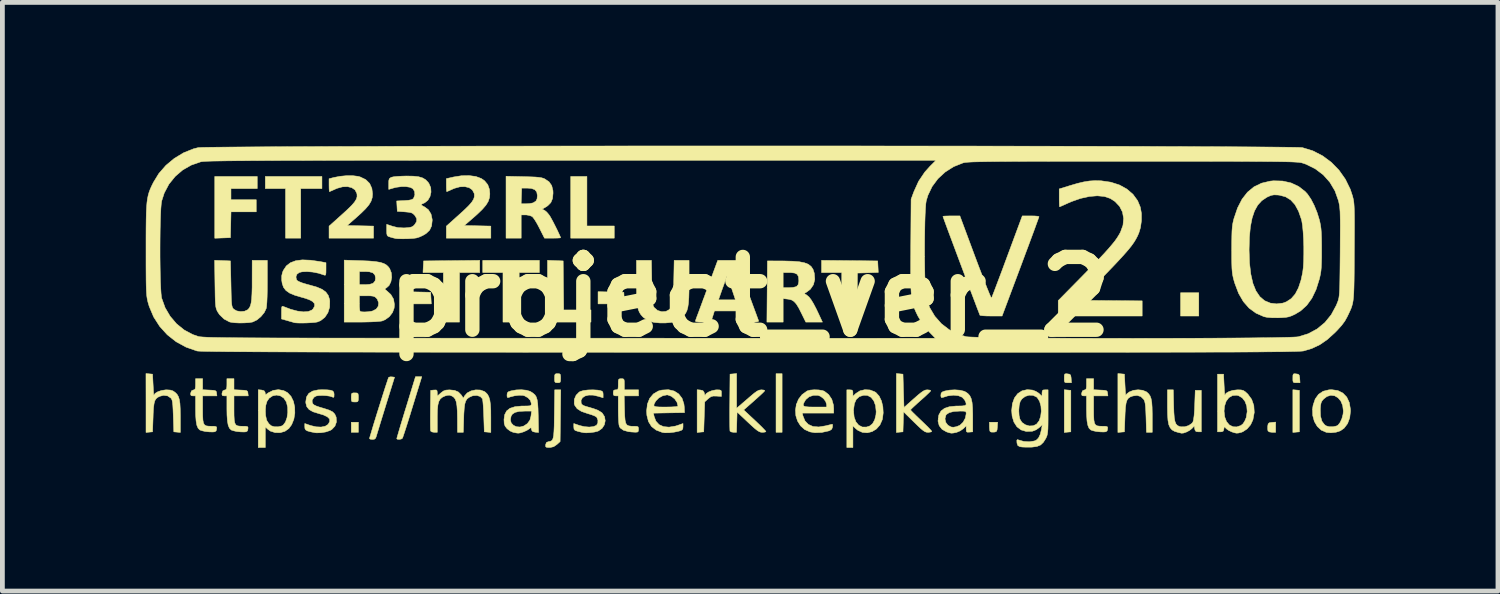
<source format=kicad_pcb>
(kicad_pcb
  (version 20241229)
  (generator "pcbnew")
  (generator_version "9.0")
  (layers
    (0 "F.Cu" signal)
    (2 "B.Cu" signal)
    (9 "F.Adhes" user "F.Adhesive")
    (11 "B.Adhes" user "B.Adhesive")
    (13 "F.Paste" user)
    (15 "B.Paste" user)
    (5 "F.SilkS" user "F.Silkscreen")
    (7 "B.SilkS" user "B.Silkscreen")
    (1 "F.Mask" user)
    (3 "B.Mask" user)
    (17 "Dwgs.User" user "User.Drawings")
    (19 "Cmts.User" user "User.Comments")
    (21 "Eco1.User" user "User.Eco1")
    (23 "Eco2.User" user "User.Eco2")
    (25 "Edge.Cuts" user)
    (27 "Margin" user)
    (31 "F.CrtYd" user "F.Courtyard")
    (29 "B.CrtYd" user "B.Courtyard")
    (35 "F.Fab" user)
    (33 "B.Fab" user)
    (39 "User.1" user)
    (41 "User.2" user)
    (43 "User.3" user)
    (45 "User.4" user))
  (footprint "project_ver_2"
    (layer "F.Cu")
    (at 12.642 3.162)
    (property "Reference" "project_ver_2" (at 0 0 0) (layer "F.SilkS") (effects (font (size 1.524 1.524) (thickness 0.3))))
    (attr through_hole)
    (fp_poly (pts (xy -8.191 2.836) (xy -8.34 2.836) (xy -8.34 2.625) (xy -8.191 2.625) (xy -8.191 2.836)) (stroke (width 0.01) (type solid)) (fill yes) (layer "F.SilkS"))
    (fp_poly (pts (xy 0.677 2.836) (xy 0.55 2.836) (xy 0.55 1.609) (xy 0.677 1.609) (xy 0.677 2.836)) (stroke (width 0.01) (type solid)) (fill yes) (layer "F.SilkS"))
    (fp_poly (pts (xy 9.398 0.402) (xy 9.017 0.402) (xy 9.017 -0.085) (xy 9.398 -0.085) (xy 9.398 0.402)) (stroke (width 0.01) (type solid)) (fill yes) (layer "F.SilkS"))
    (fp_poly (pts (xy -6.678 -0.095) (xy -6.672 0.026) (xy -6.665 0.148) (xy -7.218 0.148) (xy -7.218 -0.107) (xy -6.678 -0.095)) (stroke (width 0.01) (type solid)) (fill yes) (layer "F.SilkS"))
    (fp_poly (pts (xy -2.635 -0.095) (xy -2.629 0.026) (xy -2.623 0.148) (xy -3.175 0.148) (xy -3.175 -0.107) (xy -2.635 -0.095)) (stroke (width 0.01) (type solid)) (fill yes) (layer "F.SilkS"))
    (fp_poly (pts (xy -3.408 -1.482) (xy -2.836 -1.482) (xy -2.836 -1.228) (xy -3.747 -1.228) (xy -3.747 -2.519) (xy -3.408 -2.519) (xy -3.408 -1.482)) (stroke (width 0.01) (type solid)) (fill yes) (layer "F.SilkS"))
    (fp_poly (pts (xy 6.652 1.951) (xy 6.72 1.958) (xy 6.72 2.826) (xy 6.652 2.832) (xy 6.583 2.839) (xy 6.583 1.945) (xy 6.652 1.951)) (stroke (width 0.01) (type solid)) (fill yes) (layer "F.SilkS"))
    (fp_poly (pts (xy 11.435 1.951) (xy 11.504 1.958) (xy 11.504 2.826) (xy 11.435 2.832) (xy 11.367 2.839) (xy 11.367 1.945) (xy 11.435 1.951)) (stroke (width 0.01) (type solid)) (fill yes) (layer "F.SilkS"))
    (fp_poly (pts (xy -3.905 -0.751) (xy -3.9 -0.238) (xy -3.894 0.275) (xy -3.323 0.275) (xy -3.323 0.529) (xy -4.233 0.529) (xy -4.233 -0.764) (xy -3.905 -0.751)) (stroke (width 0.01) (type solid)) (fill yes) (layer "F.SilkS"))
    (fp_poly (pts (xy -8.954 -2.265) (xy -9.398 -2.265) (xy -9.398 -1.228) (xy -9.716 -1.228) (xy -9.716 -2.265) (xy -10.139 -2.265) (xy -10.139 -2.519) (xy -8.954 -2.519) (xy -8.954 -2.265)) (stroke (width 0.01) (type solid)) (fill yes) (layer "F.SilkS"))
    (fp_poly (pts (xy -4.403 -0.508) (xy -4.826 -0.508) (xy -4.826 0.529) (xy -5.165 0.529) (xy -5.165 -0.508) (xy -5.588 -0.508) (xy -5.588 -0.762) (xy -4.403 -0.762) (xy -4.403 -0.508)) (stroke (width 0.01) (type solid)) (fill yes) (layer "F.SilkS"))
    (fp_poly (pts (xy -5.652 -0.508) (xy -6.075 -0.508) (xy -6.075 0.529) (xy -6.413 0.529) (xy -6.413 -0.508) (xy -6.839 -0.508) (xy -6.833 -0.63) (xy -6.826 -0.751) (xy -6.239 -0.757) (xy -5.652 -0.763) (xy -5.652 -0.508)) (stroke (width 0.01) (type solid)) (fill yes) (layer "F.SilkS"))
    (fp_poly (pts (xy -10.308 -2.265) (xy -10.858 -2.265) (xy -10.858 -2.032) (xy -10.329 -2.032) (xy -10.329 -1.778) (xy -10.857 -1.778) (xy -10.869 -1.238) (xy -11.033 -1.232) (xy -11.197 -1.226) (xy -11.197 -2.519) (xy -10.308 -2.519) (xy -10.308 -2.265)) (stroke (width 0.01) (type solid)) (fill yes) (layer "F.SilkS"))
    (fp_poly (pts (xy 2.09 -0.757) (xy 2.678 -0.751) (xy 2.684 -0.63) (xy 2.69 -0.51) (xy 2.472 -0.503) (xy 2.254 -0.497) (xy 2.243 0.529) (xy 1.926 0.529) (xy 1.926 -0.508) (xy 1.503 -0.508) (xy 1.503 -0.763) (xy 2.09 -0.757)) (stroke (width 0.01) (type solid)) (fill yes) (layer "F.SilkS"))
    (fp_poly (pts (xy 5.182 2.725) (xy 5.176 2.786) (xy 5.163 2.817) (xy 5.135 2.829) (xy 5.111 2.832) (xy 5.061 2.832) (xy 5.032 2.823) (xy 5.022 2.794) (xy 5.017 2.74) (xy 5.016 2.716) (xy 5.016 2.625) (xy 5.188 2.625) (xy 5.182 2.725)) (stroke (width 0.01) (type solid)) (fill yes) (layer "F.SilkS"))
    (fp_poly (pts (xy 11.007 2.836) (xy 10.932 2.836) (xy 10.875 2.828) (xy 10.846 2.807) (xy 10.846 2.807) (xy 10.84 2.766) (xy 10.841 2.708) (xy 10.841 2.706) (xy 10.85 2.659) (xy 10.873 2.637) (xy 10.923 2.629) (xy 10.927 2.629) (xy 11.007 2.622) (xy 11.007 2.836)) (stroke (width 0.01) (type solid)) (fill yes) (layer "F.SilkS"))
    (fp_poly (pts (xy 6.652 1.613) (xy 6.695 1.62) (xy 6.716 1.64) (xy 6.725 1.686) (xy 6.727 1.709) (xy 6.733 1.799) (xy 6.658 1.799) (xy 6.612 1.797) (xy 6.59 1.784) (xy 6.583 1.748) (xy 6.583 1.703) (xy 6.584 1.644) (xy 6.594 1.616) (xy 6.62 1.61) (xy 6.652 1.613)) (stroke (width 0.01) (type solid)) (fill yes) (layer "F.SilkS"))
    (fp_poly (pts (xy 11.435 1.613) (xy 11.479 1.62) (xy 11.5 1.64) (xy 11.509 1.686) (xy 11.511 1.709) (xy 11.517 1.799) (xy 11.442 1.799) (xy 11.396 1.797) (xy 11.374 1.784) (xy 11.367 1.748) (xy 11.367 1.703) (xy 11.368 1.644) (xy 11.378 1.616) (xy 11.404 1.61) (xy 11.435 1.613)) (stroke (width 0.01) (type solid)) (fill yes) (layer "F.SilkS"))
    (fp_poly (pts (xy -8.22 2.013) (xy -8.199 2.027) (xy -8.192 2.064) (xy -8.191 2.106) (xy -8.193 2.165) (xy -8.204 2.192) (xy -8.233 2.201) (xy -8.266 2.201) (xy -8.311 2.199) (xy -8.333 2.186) (xy -8.339 2.148) (xy -8.34 2.106) (xy -8.338 2.048) (xy -8.327 2.02) (xy -8.299 2.011) (xy -8.266 2.011) (xy -8.22 2.013)) (stroke (width 0.01) (type solid)) (fill yes) (layer "F.SilkS"))
    (fp_poly (pts (xy -3.983 1.611) (xy -3.964 1.627) (xy -3.959 1.668) (xy -3.958 1.704) (xy -3.96 1.762) (xy -3.971 1.79) (xy -3.998 1.799) (xy -4.022 1.799) (xy -4.061 1.796) (xy -4.079 1.78) (xy -4.085 1.74) (xy -4.085 1.704) (xy -4.083 1.645) (xy -4.073 1.618) (xy -4.046 1.609) (xy -4.022 1.609) (xy -3.983 1.611)) (stroke (width 0.01) (type solid)) (fill yes) (layer "F.SilkS"))
    (fp_poly (pts (xy -7.059 2.304) (xy -7.107 2.461) (xy -7.152 2.605) (xy -7.192 2.731) (xy -7.226 2.835) (xy -7.251 2.91) (xy -7.266 2.953) (xy -7.269 2.96) (xy -7.295 2.977) (xy -7.337 2.984) (xy -7.374 2.981) (xy -7.388 2.969) (xy -7.382 2.945) (xy -7.365 2.886) (xy -7.339 2.797) (xy -7.305 2.682) (xy -7.264 2.547) (xy -7.218 2.395) (xy -7.192 2.312) (xy -6.996 1.672) (xy -6.864 1.672) (xy -7.059 2.304)) (stroke (width 0.01) (type solid)) (fill yes) (layer "F.SilkS"))
    (fp_poly (pts (xy -3.962 2.489) (xy -3.969 3.03) (xy -4.038 3.092) (xy -4.104 3.137) (xy -4.174 3.153) (xy -4.193 3.154) (xy -4.247 3.152) (xy -4.27 3.139) (xy -4.273 3.109) (xy -4.272 3.096) (xy -4.256 3.05) (xy -4.216 3.032) (xy -4.208 3.031) (xy -4.175 3.025) (xy -4.149 3.014) (xy -4.129 2.992) (xy -4.115 2.955) (xy -4.104 2.898) (xy -4.098 2.816) (xy -4.093 2.704) (xy -4.091 2.558) (xy -4.089 2.452) (xy -4.082 1.947) (xy -3.956 1.947) (xy -3.962 2.489)) (stroke (width 0.01) (type solid)) (fill yes) (layer "F.SilkS"))
    (fp_poly (pts (xy -1.032 1.951) (xy -0.981 1.963) (xy -0.957 1.995) (xy -0.95 2.021) (xy -0.94 2.058) (xy -0.934 2.062) (xy -0.934 2.06) (xy -0.911 2.025) (xy -0.859 1.991) (xy -0.79 1.964) (xy -0.716 1.949) (xy -0.691 1.947) (xy -0.631 1.949) (xy -0.602 1.959) (xy -0.593 1.985) (xy -0.593 2.016) (xy -0.593 2.085) (xy -0.696 2.078) (xy -0.765 2.077) (xy -0.814 2.091) (xy -0.863 2.127) (xy -0.871 2.134) (xy -0.942 2.198) (xy -0.953 2.512) (xy -0.963 2.826) (xy -1.032 2.832) (xy -1.101 2.839) (xy -1.101 1.945) (xy -1.032 1.951)) (stroke (width 0.01) (type solid)) (fill yes) (layer "F.SilkS"))
    (fp_poly (pts (xy -7.487 1.676) (xy -7.434 1.683) (xy -7.612 2.254) (xy -7.659 2.407) (xy -7.703 2.549) (xy -7.742 2.676) (xy -7.774 2.782) (xy -7.798 2.859) (xy -7.811 2.903) (xy -7.811 2.905) (xy -7.83 2.958) (xy -7.856 2.98) (xy -7.896 2.985) (xy -7.94 2.98) (xy -7.959 2.969) (xy -7.959 2.969) (xy -7.953 2.942) (xy -7.935 2.882) (xy -7.909 2.794) (xy -7.876 2.683) (xy -7.837 2.557) (xy -7.795 2.421) (xy -7.751 2.281) (xy -7.707 2.142) (xy -7.666 2.012) (xy -7.629 1.896) (xy -7.597 1.8) (xy -7.574 1.73) (xy -7.56 1.691) (xy -7.557 1.686) (xy -7.525 1.675) (xy -7.487 1.676)) (stroke (width 0.01) (type solid)) (fill yes) (layer "F.SilkS"))
    (fp_poly (pts (xy -5.732 -2.518) (xy -5.617 -2.475) (xy -5.55 -2.428) (xy -5.483 -2.346) (xy -5.448 -2.248) (xy -5.44 -2.153) (xy -5.448 -2.074) (xy -5.473 -1.998) (xy -5.521 -1.919) (xy -5.595 -1.833) (xy -5.698 -1.733) (xy -5.772 -1.667) (xy -5.974 -1.492) (xy -5.419 -1.48) (xy -5.419 -1.228) (xy -6.35 -1.228) (xy -6.35 -1.479) (xy -6.077 -1.724) (xy -5.961 -1.83) (xy -5.875 -1.915) (xy -5.816 -1.984) (xy -5.78 -2.042) (xy -5.764 -2.093) (xy -5.764 -2.144) (xy -5.769 -2.168) (xy -5.807 -2.238) (xy -5.873 -2.284) (xy -5.963 -2.306) (xy -6.068 -2.302) (xy -6.183 -2.27) (xy -6.22 -2.254) (xy -6.282 -2.226) (xy -6.326 -2.207) (xy -6.342 -2.201) (xy -6.346 -2.221) (xy -6.349 -2.271) (xy -6.35 -2.337) (xy -6.35 -2.473) (xy -6.203 -2.507) (xy -6.032 -2.534) (xy -5.873 -2.537) (xy -5.732 -2.518)) (stroke (width 0.01) (type solid)) (fill yes) (layer "F.SilkS"))
    (fp_poly (pts (xy 8.872 2.271) (xy 8.877 2.417) (xy 8.885 2.527) (xy 8.899 2.606) (xy 8.92 2.659) (xy 8.95 2.693) (xy 8.991 2.713) (xy 9.024 2.721) (xy 9.106 2.72) (xy 9.187 2.694) (xy 9.253 2.649) (xy 9.275 2.621) (xy 9.288 2.574) (xy 9.3 2.488) (xy 9.309 2.364) (xy 9.313 2.265) (xy 9.324 1.958) (xy 9.451 1.958) (xy 9.451 2.826) (xy 9.388 2.826) (xy 9.34 2.819) (xy 9.319 2.789) (xy 9.314 2.766) (xy 9.303 2.706) (xy 9.251 2.76) (xy 9.205 2.796) (xy 9.143 2.829) (xy 9.081 2.851) (xy 9.038 2.855) (xy 9.012 2.849) (xy 8.964 2.838) (xy 8.964 2.838) (xy 8.892 2.816) (xy 8.838 2.785) (xy 8.798 2.739) (xy 8.77 2.675) (xy 8.753 2.585) (xy 8.745 2.464) (xy 8.742 2.307) (xy 8.742 2.285) (xy 8.742 1.947) (xy 8.865 1.947) (xy 8.872 2.271)) (stroke (width 0.01) (type solid)) (fill yes) (layer "F.SilkS"))
    (fp_poly (pts (xy -8.308 -2.535) (xy -8.197 -2.521) (xy -8.156 -2.51) (xy -8.039 -2.454) (xy -7.956 -2.373) (xy -7.909 -2.269) (xy -7.895 -2.154) (xy -7.902 -2.075) (xy -7.926 -2.001) (xy -7.971 -1.925) (xy -8.041 -1.842) (xy -8.14 -1.745) (xy -8.221 -1.672) (xy -8.426 -1.492) (xy -8.15 -1.486) (xy -7.874 -1.48) (xy -7.874 -1.228) (xy -8.805 -1.228) (xy -8.805 -1.479) (xy -8.532 -1.724) (xy -8.416 -1.83) (xy -8.33 -1.915) (xy -8.271 -1.984) (xy -8.235 -2.042) (xy -8.219 -2.093) (xy -8.22 -2.144) (xy -8.225 -2.168) (xy -8.262 -2.238) (xy -8.329 -2.284) (xy -8.418 -2.306) (xy -8.524 -2.302) (xy -8.639 -2.27) (xy -8.675 -2.254) (xy -8.737 -2.226) (xy -8.782 -2.207) (xy -8.797 -2.201) (xy -8.801 -2.221) (xy -8.804 -2.271) (xy -8.805 -2.336) (xy -8.805 -2.471) (xy -8.705 -2.497) (xy -8.576 -2.522) (xy -8.439 -2.535) (xy -8.308 -2.535)) (stroke (width 0.01) (type solid)) (fill yes) (layer "F.SilkS"))
    (fp_poly (pts (xy 7.842 1.619) (xy 7.854 1.852) (xy 7.859 1.943) (xy 7.864 2.012) (xy 7.868 2.053) (xy 7.87 2.06) (xy 7.889 2.034) (xy 7.932 2) (xy 7.945 1.991) (xy 8.03 1.957) (xy 8.128 1.946) (xy 8.223 1.956) (xy 8.3 1.988) (xy 8.308 1.993) (xy 8.349 2.031) (xy 8.379 2.075) (xy 8.4 2.132) (xy 8.414 2.209) (xy 8.421 2.312) (xy 8.424 2.448) (xy 8.424 2.508) (xy 8.424 2.836) (xy 8.303 2.836) (xy 8.294 2.522) (xy 8.289 2.392) (xy 8.283 2.297) (xy 8.275 2.23) (xy 8.264 2.184) (xy 8.249 2.152) (xy 8.248 2.15) (xy 8.186 2.088) (xy 8.107 2.064) (xy 8.02 2.075) (xy 7.966 2.094) (xy 7.925 2.121) (xy 7.897 2.162) (xy 7.877 2.223) (xy 7.864 2.312) (xy 7.856 2.433) (xy 7.853 2.518) (xy 7.842 2.826) (xy 7.773 2.832) (xy 7.705 2.839) (xy 7.705 1.606) (xy 7.842 1.619)) (stroke (width 0.01) (type solid)) (fill yes) (layer "F.SilkS"))
    (fp_poly (pts (xy -0.053 -0.143) (xy 0.004 0.011) (xy 0.056 0.152) (xy 0.102 0.277) (xy 0.14 0.379) (xy 0.167 0.453) (xy 0.183 0.496) (xy 0.185 0.503) (xy 0.179 0.517) (xy 0.144 0.525) (xy 0.074 0.529) (xy 0.027 0.529) (xy -0.14 0.529) (xy -0.214 0.296) (xy -0.739 0.296) (xy -0.812 0.529) (xy -0.98 0.529) (xy -1.067 0.527) (xy -1.118 0.521) (xy -1.138 0.51) (xy -1.137 0.503) (xy -1.128 0.477) (xy -1.106 0.416) (xy -1.072 0.326) (xy -1.03 0.212) (xy -0.98 0.077) (xy -0.975 0.064) (xy -0.655 0.064) (xy -0.299 0.064) (xy -0.386 -0.196) (xy -0.419 -0.289) (xy -0.448 -0.363) (xy -0.47 -0.41) (xy -0.482 -0.425) (xy -0.483 -0.423) (xy -0.494 -0.391) (xy -0.516 -0.329) (xy -0.545 -0.246) (xy -0.575 -0.164) (xy -0.655 0.064) (xy -0.975 0.064) (xy -0.925 -0.071) (xy -0.899 -0.143) (xy -0.67 -0.762) (xy -0.281 -0.762) (xy -0.053 -0.143)) (stroke (width 0.01) (type solid)) (fill yes) (layer "F.SilkS"))
    (fp_poly (pts (xy -12.499 1.619) (xy -12.487 1.852) (xy -12.482 1.943) (xy -12.478 2.012) (xy -12.474 2.053) (xy -12.471 2.06) (xy -12.446 2.022) (xy -12.389 1.987) (xy -12.312 1.961) (xy -12.227 1.948) (xy -12.207 1.947) (xy -12.128 1.952) (xy -12.073 1.969) (xy -12.025 2.002) (xy -11.987 2.04) (xy -11.959 2.087) (xy -11.939 2.149) (xy -11.926 2.232) (xy -11.92 2.343) (xy -11.917 2.488) (xy -11.917 2.525) (xy -11.917 2.839) (xy -11.986 2.832) (xy -12.054 2.826) (xy -12.065 2.495) (xy -12.07 2.365) (xy -12.075 2.272) (xy -12.082 2.207) (xy -12.091 2.163) (xy -12.104 2.135) (xy -12.115 2.12) (xy -12.184 2.073) (xy -12.269 2.062) (xy -12.347 2.082) (xy -12.393 2.105) (xy -12.427 2.135) (xy -12.452 2.177) (xy -12.468 2.239) (xy -12.479 2.327) (xy -12.486 2.447) (xy -12.488 2.519) (xy -12.499 2.826) (xy -12.568 2.832) (xy -12.636 2.839) (xy -12.636 2.223) (xy -12.637 1.606) (xy -12.499 1.619)) (stroke (width 0.01) (type solid)) (fill yes) (layer "F.SilkS"))
    (fp_poly (pts (xy 3.207 1.619) (xy 3.217 1.968) (xy 3.228 2.316) (xy 3.435 2.132) (xy 3.524 2.054) (xy 3.59 2.001) (xy 3.638 1.969) (xy 3.677 1.952) (xy 3.712 1.947) (xy 3.716 1.947) (xy 3.764 1.952) (xy 3.788 1.963) (xy 3.789 1.965) (xy 3.774 1.985) (xy 3.732 2.026) (xy 3.671 2.084) (xy 3.595 2.152) (xy 3.577 2.167) (xy 3.499 2.237) (xy 3.434 2.297) (xy 3.388 2.341) (xy 3.366 2.365) (xy 3.366 2.367) (xy 3.38 2.386) (xy 3.421 2.428) (xy 3.481 2.487) (xy 3.556 2.559) (xy 3.588 2.589) (xy 3.667 2.665) (xy 3.734 2.731) (xy 3.783 2.782) (xy 3.808 2.812) (xy 3.81 2.817) (xy 3.791 2.829) (xy 3.745 2.836) (xy 3.733 2.836) (xy 3.7 2.834) (xy 3.667 2.823) (xy 3.629 2.798) (xy 3.579 2.757) (xy 3.511 2.693) (xy 3.437 2.621) (xy 3.219 2.407) (xy 3.207 2.826) (xy 3.138 2.832) (xy 3.069 2.839) (xy 3.069 1.606) (xy 3.207 1.619)) (stroke (width 0.01) (type solid)) (fill yes) (layer "F.SilkS"))
    (fp_poly (pts (xy -11.451 1.945) (xy -11.308 1.952) (xy -11.232 1.956) (xy -11.189 1.963) (xy -11.168 1.978) (xy -11.16 2.003) (xy -11.159 2.016) (xy -11.152 2.074) (xy -11.451 2.074) (xy -11.451 2.359) (xy -11.45 2.488) (xy -11.445 2.581) (xy -11.433 2.643) (xy -11.411 2.681) (xy -11.375 2.701) (xy -11.323 2.708) (xy -11.268 2.709) (xy -11.202 2.71) (xy -11.168 2.717) (xy -11.157 2.734) (xy -11.159 2.768) (xy -11.169 2.807) (xy -11.198 2.825) (xy -11.239 2.829) (xy -11.312 2.827) (xy -11.391 2.819) (xy -11.398 2.818) (xy -11.46 2.804) (xy -11.505 2.789) (xy -11.512 2.785) (xy -11.546 2.75) (xy -11.572 2.689) (xy -11.588 2.6) (xy -11.597 2.477) (xy -11.599 2.35) (xy -11.599 2.074) (xy -11.654 2.074) (xy -11.692 2.068) (xy -11.703 2.041) (xy -11.701 2.016) (xy -11.684 1.968) (xy -11.647 1.951) (xy -11.619 1.943) (xy -11.605 1.92) (xy -11.6 1.873) (xy -11.599 1.829) (xy -11.599 1.714) (xy -11.451 1.714) (xy -11.451 1.945)) (stroke (width 0.01) (type solid)) (fill yes) (layer "F.SilkS"))
    (fp_poly (pts (xy -10.795 1.945) (xy -10.652 1.952) (xy -10.576 1.956) (xy -10.533 1.963) (xy -10.512 1.978) (xy -10.504 2.003) (xy -10.503 2.016) (xy -10.496 2.074) (xy -10.795 2.074) (xy -10.795 2.359) (xy -10.794 2.488) (xy -10.789 2.581) (xy -10.777 2.643) (xy -10.755 2.681) (xy -10.719 2.701) (xy -10.667 2.708) (xy -10.612 2.709) (xy -10.546 2.71) (xy -10.512 2.717) (xy -10.501 2.734) (xy -10.503 2.768) (xy -10.513 2.807) (xy -10.542 2.825) (xy -10.583 2.829) (xy -10.656 2.827) (xy -10.735 2.819) (xy -10.742 2.818) (xy -10.803 2.804) (xy -10.849 2.789) (xy -10.855 2.785) (xy -10.89 2.75) (xy -10.916 2.689) (xy -10.932 2.6) (xy -10.941 2.477) (xy -10.943 2.35) (xy -10.943 2.074) (xy -10.997 2.074) (xy -11.036 2.068) (xy -11.047 2.041) (xy -11.045 2.016) (xy -11.028 1.968) (xy -10.991 1.951) (xy -10.963 1.943) (xy -10.949 1.92) (xy -10.944 1.873) (xy -10.943 1.829) (xy -10.943 1.714) (xy -10.795 1.714) (xy -10.795 1.945)) (stroke (width 0.01) (type solid)) (fill yes) (layer "F.SilkS"))
    (fp_poly (pts (xy 7.197 1.945) (xy 7.34 1.952) (xy 7.415 1.956) (xy 7.459 1.963) (xy 7.48 1.978) (xy 7.487 2.003) (xy 7.489 2.016) (xy 7.496 2.074) (xy 7.197 2.074) (xy 7.197 2.359) (xy 7.198 2.488) (xy 7.203 2.581) (xy 7.215 2.643) (xy 7.237 2.681) (xy 7.273 2.701) (xy 7.325 2.708) (xy 7.38 2.709) (xy 7.446 2.71) (xy 7.48 2.717) (xy 7.491 2.734) (xy 7.489 2.768) (xy 7.479 2.807) (xy 7.45 2.825) (xy 7.408 2.829) (xy 7.336 2.827) (xy 7.257 2.819) (xy 7.25 2.818) (xy 7.188 2.804) (xy 7.143 2.789) (xy 7.136 2.785) (xy 7.101 2.75) (xy 7.076 2.689) (xy 7.059 2.6) (xy 7.051 2.477) (xy 7.048 2.35) (xy 7.048 2.074) (xy 6.994 2.074) (xy 6.955 2.068) (xy 6.945 2.041) (xy 6.947 2.016) (xy 6.964 1.968) (xy 7.001 1.951) (xy 7.029 1.943) (xy 7.043 1.92) (xy 7.048 1.873) (xy 7.048 1.829) (xy 7.048 1.714) (xy 7.197 1.714) (xy 7.197 1.945)) (stroke (width 0.01) (type solid)) (fill yes) (layer "F.SilkS"))
    (fp_poly (pts (xy 0.713 -0.75) (xy 0.893 -0.745) (xy 1.035 -0.734) (xy 1.145 -0.712) (xy 1.227 -0.68) (xy 1.285 -0.634) (xy 1.325 -0.574) (xy 1.35 -0.496) (xy 1.351 -0.492) (xy 1.361 -0.365) (xy 1.333 -0.253) (xy 1.269 -0.159) (xy 1.2 -0.106) (xy 1.141 -0.069) (xy 1.195 -0.034) (xy 1.239 0.003) (xy 1.284 0.061) (xy 1.335 0.145) (xy 1.395 0.26) (xy 1.435 0.344) (xy 1.521 0.529) (xy 1.173 0.529) (xy 1.079 0.338) (xy 1.022 0.226) (xy 0.973 0.148) (xy 0.926 0.097) (xy 0.876 0.066) (xy 0.817 0.051) (xy 0.795 0.048) (xy 0.699 0.037) (xy 0.699 0.529) (xy 0.359 0.529) (xy 0.368 -0.508) (xy 0.699 -0.508) (xy 0.699 -0.191) (xy 0.821 -0.191) (xy 0.905 -0.196) (xy 0.967 -0.211) (xy 0.985 -0.221) (xy 1.014 -0.256) (xy 1.026 -0.314) (xy 1.027 -0.349) (xy 1.019 -0.424) (xy 0.991 -0.472) (xy 0.937 -0.498) (xy 0.85 -0.508) (xy 0.821 -0.508) (xy 0.699 -0.508) (xy 0.368 -0.508) (xy 0.37 -0.751) (xy 0.713 -0.75)) (stroke (width 0.01) (type solid)) (fill yes) (layer "F.SilkS"))
    (fp_poly (pts (xy 12.308 1.962) (xy 12.414 2.015) (xy 12.495 2.099) (xy 12.548 2.212) (xy 12.572 2.353) (xy 12.573 2.392) (xy 12.557 2.533) (xy 12.512 2.654) (xy 12.44 2.749) (xy 12.364 2.803) (xy 12.271 2.834) (xy 12.163 2.846) (xy 12.068 2.837) (xy 11.962 2.791) (xy 11.878 2.713) (xy 11.817 2.609) (xy 11.783 2.485) (xy 11.779 2.359) (xy 11.941 2.359) (xy 11.946 2.498) (xy 11.975 2.604) (xy 12.03 2.677) (xy 12.062 2.7) (xy 12.129 2.72) (xy 12.209 2.72) (xy 12.282 2.703) (xy 12.313 2.685) (xy 12.357 2.629) (xy 12.394 2.547) (xy 12.418 2.455) (xy 12.424 2.392) (xy 12.41 2.277) (xy 12.371 2.182) (xy 12.312 2.113) (xy 12.241 2.071) (xy 12.161 2.061) (xy 12.08 2.086) (xy 12.011 2.139) (xy 11.978 2.178) (xy 11.958 2.219) (xy 11.947 2.276) (xy 11.941 2.359) (xy 11.779 2.359) (xy 11.779 2.348) (xy 11.791 2.268) (xy 11.835 2.138) (xy 11.905 2.041) (xy 12 1.977) (xy 12.122 1.947) (xy 12.179 1.944) (xy 12.308 1.962)) (stroke (width 0.01) (type solid)) (fill yes) (layer "F.SilkS"))
    (fp_poly (pts (xy -2.652 1.716) (xy -2.633 1.729) (xy -2.626 1.763) (xy -2.625 1.829) (xy -2.625 1.947) (xy -2.328 1.947) (xy -2.328 2.074) (xy -2.628 2.074) (xy -2.621 2.362) (xy -2.617 2.49) (xy -2.609 2.583) (xy -2.595 2.645) (xy -2.571 2.682) (xy -2.533 2.701) (xy -2.479 2.709) (xy -2.43 2.709) (xy -2.369 2.711) (xy -2.339 2.72) (xy -2.329 2.744) (xy -2.328 2.773) (xy -2.332 2.814) (xy -2.351 2.831) (xy -2.397 2.834) (xy -2.408 2.833) (xy -2.477 2.829) (xy -2.537 2.822) (xy -2.54 2.822) (xy -2.643 2.793) (xy -2.709 2.746) (xy -2.728 2.717) (xy -2.738 2.674) (xy -2.745 2.596) (xy -2.75 2.491) (xy -2.752 2.37) (xy -2.752 2.074) (xy -2.805 2.074) (xy -2.842 2.067) (xy -2.856 2.038) (xy -2.857 2.011) (xy -2.852 1.965) (xy -2.828 1.949) (xy -2.805 1.947) (xy -2.774 1.944) (xy -2.758 1.928) (xy -2.753 1.889) (xy -2.752 1.831) (xy -2.751 1.764) (xy -2.744 1.73) (xy -2.725 1.717) (xy -2.689 1.714) (xy -2.688 1.714) (xy -2.652 1.716)) (stroke (width 0.01) (type solid)) (fill yes) (layer "F.SilkS"))
    (fp_poly (pts (xy -0.275 2.331) (xy -0.204 2.272) (xy -0.156 2.23) (xy -0.088 2.172) (xy -0.012 2.106) (xy 0.018 2.08) (xy 0.096 2.015) (xy 0.152 1.975) (xy 0.197 1.954) (xy 0.24 1.947) (xy 0.246 1.947) (xy 0.293 1.952) (xy 0.314 1.963) (xy 0.314 1.966) (xy 0.296 1.987) (xy 0.253 2.029) (xy 0.189 2.088) (xy 0.112 2.157) (xy 0.09 2.177) (xy -0.127 2.368) (xy 0.106 2.585) (xy 0.187 2.662) (xy 0.256 2.729) (xy 0.307 2.782) (xy 0.335 2.813) (xy 0.339 2.82) (xy 0.32 2.831) (xy 0.274 2.836) (xy 0.263 2.836) (xy 0.229 2.833) (xy 0.196 2.821) (xy 0.156 2.796) (xy 0.102 2.753) (xy 0.03 2.688) (xy -0.039 2.624) (xy -0.265 2.411) (xy -0.271 2.624) (xy -0.277 2.836) (xy -0.34 2.836) (xy -0.388 2.828) (xy -0.414 2.81) (xy -0.416 2.782) (xy -0.418 2.718) (xy -0.419 2.623) (xy -0.42 2.503) (xy -0.42 2.364) (xy -0.418 2.211) (xy -0.418 2.201) (xy -0.413 1.619) (xy -0.344 1.613) (xy -0.275 1.606) (xy -0.275 2.331)) (stroke (width 0.01) (type solid)) (fill yes) (layer "F.SilkS"))
    (fp_poly (pts (xy 2.517 1.95) (xy 2.616 1.988) (xy 2.642 2.005) (xy 2.708 2.078) (xy 2.757 2.18) (xy 2.786 2.301) (xy 2.793 2.43) (xy 2.777 2.557) (xy 2.772 2.575) (xy 2.724 2.683) (xy 2.651 2.766) (xy 2.561 2.821) (xy 2.461 2.846) (xy 2.359 2.838) (xy 2.262 2.794) (xy 2.219 2.759) (xy 2.159 2.701) (xy 2.159 3.154) (xy 2.032 3.154) (xy 2.032 2.393) (xy 2.172 2.393) (xy 2.185 2.518) (xy 2.222 2.617) (xy 2.28 2.687) (xy 2.355 2.725) (xy 2.443 2.726) (xy 2.509 2.705) (xy 2.57 2.656) (xy 2.615 2.575) (xy 2.641 2.472) (xy 2.646 2.403) (xy 2.633 2.277) (xy 2.596 2.176) (xy 2.539 2.104) (xy 2.464 2.064) (xy 2.386 2.06) (xy 2.295 2.088) (xy 2.23 2.146) (xy 2.19 2.236) (xy 2.173 2.359) (xy 2.172 2.393) (xy 2.032 2.393) (xy 2.032 1.947) (xy 2.095 1.947) (xy 2.14 1.952) (xy 2.157 1.975) (xy 2.159 2.015) (xy 2.159 2.082) (xy 2.221 2.023) (xy 2.307 1.968) (xy 2.409 1.944) (xy 2.517 1.95)) (stroke (width 0.01) (type solid)) (fill yes) (layer "F.SilkS"))
    (fp_poly (pts (xy -9.755 1.963) (xy -9.676 2.005) (xy -9.602 2.083) (xy -9.551 2.187) (xy -9.524 2.308) (xy -9.521 2.436) (xy -9.542 2.562) (xy -9.588 2.676) (xy -9.647 2.757) (xy -9.729 2.815) (xy -9.829 2.844) (xy -9.934 2.842) (xy -10.032 2.811) (xy -10.088 2.771) (xy -10.139 2.723) (xy -10.139 3.154) (xy -10.287 3.154) (xy -10.287 2.376) (xy -10.138 2.376) (xy -10.133 2.483) (xy -10.113 2.575) (xy -10.104 2.596) (xy -10.066 2.654) (xy -10.019 2.697) (xy -10.014 2.7) (xy -9.949 2.72) (xy -9.87 2.721) (xy -9.798 2.704) (xy -9.766 2.686) (xy -9.718 2.622) (xy -9.685 2.53) (xy -9.669 2.422) (xy -9.672 2.311) (xy -9.696 2.21) (xy -9.701 2.197) (xy -9.753 2.119) (xy -9.824 2.073) (xy -9.905 2.057) (xy -9.986 2.073) (xy -10.058 2.121) (xy -10.104 2.188) (xy -10.129 2.271) (xy -10.138 2.376) (xy -10.287 2.376) (xy -10.287 1.945) (xy -10.218 1.951) (xy -10.167 1.964) (xy -10.145 1.994) (xy -10.143 2.005) (xy -10.136 2.052) (xy -10.077 2.009) (xy -9.976 1.959) (xy -9.865 1.943) (xy -9.755 1.963)) (stroke (width 0.01) (type solid)) (fill yes) (layer "F.SilkS"))
    (fp_poly (pts (xy -11.035 -0.758) (xy -10.869 -0.751) (xy -10.858 -0.27) (xy -10.855 -0.115) (xy -10.852 0.003) (xy -10.848 0.09) (xy -10.843 0.152) (xy -10.836 0.194) (xy -10.827 0.222) (xy -10.815 0.242) (xy -10.8 0.259) (xy -10.738 0.295) (xy -10.657 0.309) (xy -10.575 0.302) (xy -10.509 0.272) (xy -10.498 0.262) (xy -10.471 0.229) (xy -10.451 0.186) (xy -10.436 0.127) (xy -10.425 0.046) (xy -10.419 -0.061) (xy -10.415 -0.2) (xy -10.415 -0.355) (xy -10.414 -0.762) (xy -10.097 -0.762) (xy -10.097 -0.302) (xy -10.098 -0.144) (xy -10.101 -0.004) (xy -10.106 0.111) (xy -10.113 0.196) (xy -10.12 0.243) (xy -10.161 0.329) (xy -10.23 0.413) (xy -10.313 0.483) (xy -10.399 0.525) (xy -10.403 0.527) (xy -10.477 0.54) (xy -10.575 0.546) (xy -10.681 0.548) (xy -10.782 0.543) (xy -10.862 0.532) (xy -10.89 0.525) (xy -11.003 0.465) (xy -11.097 0.374) (xy -11.139 0.311) (xy -11.154 0.28) (xy -11.166 0.248) (xy -11.175 0.209) (xy -11.181 0.156) (xy -11.186 0.084) (xy -11.189 -0.014) (xy -11.191 -0.143) (xy -11.193 -0.271) (xy -11.2 -0.764) (xy -11.035 -0.758)) (stroke (width 0.01) (type solid)) (fill yes) (layer "F.SilkS"))
    (fp_poly (pts (xy -2.05 -0.297) (xy -2.047 -0.144) (xy -2.043 -0.027) (xy -2.039 0.06) (xy -2.034 0.121) (xy -2.027 0.164) (xy -2.017 0.194) (xy -2.004 0.218) (xy -1.997 0.227) (xy -1.929 0.286) (xy -1.841 0.312) (xy -1.754 0.305) (xy -1.693 0.273) (xy -1.643 0.227) (xy -1.629 0.205) (xy -1.618 0.178) (xy -1.61 0.142) (xy -1.604 0.089) (xy -1.599 0.014) (xy -1.595 -0.09) (xy -1.592 -0.227) (xy -1.591 -0.297) (xy -1.582 -0.762) (xy -1.27 -0.762) (xy -1.27 -0.311) (xy -1.271 -0.129) (xy -1.275 0.017) (xy -1.283 0.131) (xy -1.296 0.22) (xy -1.315 0.289) (xy -1.342 0.344) (xy -1.376 0.391) (xy -1.402 0.418) (xy -1.468 0.469) (xy -1.546 0.511) (xy -1.564 0.518) (xy -1.651 0.537) (xy -1.762 0.547) (xy -1.881 0.547) (xy -1.993 0.537) (xy -2.08 0.518) (xy -2.085 0.517) (xy -2.155 0.481) (xy -2.225 0.431) (xy -2.239 0.418) (xy -2.278 0.374) (xy -2.309 0.325) (xy -2.333 0.266) (xy -2.35 0.19) (xy -2.361 0.093) (xy -2.367 -0.032) (xy -2.37 -0.19) (xy -2.371 -0.311) (xy -2.371 -0.762) (xy -2.058 -0.762) (xy -2.05 -0.297)) (stroke (width 0.01) (type solid)) (fill yes) (layer "F.SilkS"))
    (fp_poly (pts (xy -1.583 1.972) (xy -1.487 2.033) (xy -1.417 2.124) (xy -1.378 2.242) (xy -1.37 2.311) (xy -1.365 2.424) (xy -1.691 2.429) (xy -2.016 2.435) (xy -2.002 2.502) (xy -1.964 2.603) (xy -1.897 2.676) (xy -1.804 2.717) (xy -1.69 2.728) (xy -1.556 2.706) (xy -1.508 2.691) (xy -1.397 2.652) (xy -1.397 2.72) (xy -1.402 2.766) (xy -1.425 2.791) (xy -1.476 2.81) (xy -1.578 2.832) (xy -1.684 2.845) (xy -1.779 2.846) (xy -1.831 2.838) (xy -1.96 2.789) (xy -2.056 2.714) (xy -2.12 2.611) (xy -2.153 2.481) (xy -2.159 2.387) (xy -2.144 2.267) (xy -2.008 2.267) (xy -1.998 2.289) (xy -1.961 2.301) (xy -1.892 2.306) (xy -1.788 2.307) (xy -1.757 2.307) (xy -1.64 2.305) (xy -1.557 2.3) (xy -1.511 2.292) (xy -1.503 2.285) (xy -1.522 2.209) (xy -1.571 2.137) (xy -1.64 2.082) (xy -1.717 2.054) (xy -1.735 2.053) (xy -1.821 2.071) (xy -1.904 2.117) (xy -1.966 2.18) (xy -1.968 2.184) (xy -1.996 2.233) (xy -2.008 2.267) (xy -2.144 2.267) (xy -2.142 2.244) (xy -2.094 2.125) (xy -2.017 2.033) (xy -1.914 1.972) (xy -1.839 1.952) (xy -1.702 1.944) (xy -1.583 1.972)) (stroke (width 0.01) (type solid)) (fill yes) (layer "F.SilkS"))
    (fp_poly (pts (xy 1.44 1.949) (xy 1.521 1.962) (xy 1.559 1.975) (xy 1.651 2.046) (xy 1.717 2.145) (xy 1.752 2.267) (xy 1.757 2.338) (xy 1.757 2.434) (xy 1.1 2.434) (xy 1.113 2.492) (xy 1.156 2.597) (xy 1.226 2.671) (xy 1.323 2.714) (xy 1.444 2.724) (xy 1.585 2.701) (xy 1.655 2.684) (xy 1.707 2.671) (xy 1.728 2.667) (xy 1.734 2.685) (xy 1.732 2.725) (xy 1.716 2.77) (xy 1.676 2.798) (xy 1.651 2.807) (xy 1.506 2.839) (xy 1.362 2.844) (xy 1.26 2.827) (xy 1.148 2.777) (xy 1.062 2.699) (xy 1.001 2.601) (xy 0.965 2.49) (xy 0.957 2.371) (xy 0.974 2.261) (xy 1.119 2.261) (xy 1.131 2.286) (xy 1.171 2.3) (xy 1.244 2.306) (xy 1.355 2.307) (xy 1.365 2.307) (xy 1.609 2.307) (xy 1.609 2.256) (xy 1.59 2.192) (xy 1.544 2.13) (xy 1.48 2.082) (xy 1.429 2.062) (xy 1.332 2.062) (xy 1.243 2.092) (xy 1.175 2.149) (xy 1.163 2.166) (xy 1.131 2.222) (xy 1.119 2.261) (xy 0.974 2.261) (xy 0.975 2.254) (xy 1.021 2.143) (xy 1.095 2.047) (xy 1.197 1.973) (xy 1.202 1.97) (xy 1.264 1.953) (xy 1.349 1.946) (xy 1.44 1.949)) (stroke (width 0.01) (type solid)) (fill yes) (layer "F.SilkS"))
    (fp_poly (pts (xy 4.721 -0.825) (xy 4.789 -0.644) (xy 4.853 -0.477) (xy 4.911 -0.327) (xy 4.961 -0.198) (xy 5.003 -0.095) (xy 5.034 -0.021) (xy 5.053 0.02) (xy 5.059 0.027) (xy 5.069 0.004) (xy 5.092 -0.054) (xy 5.127 -0.144) (xy 5.171 -0.261) (xy 5.224 -0.401) (xy 5.284 -0.56) (xy 5.348 -0.733) (xy 5.388 -0.841) (xy 5.704 -1.693) (xy 5.879 -1.693) (xy 5.959 -1.692) (xy 6.02 -1.687) (xy 6.052 -1.68) (xy 6.054 -1.677) (xy 6.047 -1.655) (xy 6.026 -1.597) (xy 5.993 -1.507) (xy 5.95 -1.388) (xy 5.897 -1.245) (xy 5.836 -1.08) (xy 5.768 -0.899) (xy 5.696 -0.705) (xy 5.668 -0.63) (xy 5.281 0.402) (xy 5.055 0.402) (xy 4.961 0.401) (xy 4.885 0.397) (xy 4.834 0.391) (xy 4.818 0.386) (xy 4.809 0.363) (xy 4.787 0.306) (xy 4.753 0.218) (xy 4.71 0.104) (xy 4.659 -0.031) (xy 4.601 -0.184) (xy 4.54 -0.348) (xy 4.475 -0.52) (xy 4.409 -0.696) (xy 4.344 -0.87) (xy 4.281 -1.039) (xy 4.222 -1.197) (xy 4.168 -1.341) (xy 4.122 -1.465) (xy 4.085 -1.566) (xy 4.059 -1.638) (xy 4.045 -1.677) (xy 4.043 -1.683) (xy 4.062 -1.688) (xy 4.114 -1.691) (xy 4.189 -1.693) (xy 4.22 -1.693) (xy 4.398 -1.693) (xy 4.721 -0.825)) (stroke (width 0.01) (type solid)) (fill yes) (layer "F.SilkS"))
    (fp_poly (pts (xy -4.736 -2.515) (xy -4.595 -2.511) (xy -4.49 -2.507) (xy -4.413 -2.5) (xy -4.357 -2.491) (xy -4.314 -2.478) (xy -4.291 -2.468) (xy -4.201 -2.407) (xy -4.145 -2.327) (xy -4.119 -2.222) (xy -4.117 -2.169) (xy -4.128 -2.057) (xy -4.163 -1.972) (xy -4.228 -1.906) (xy -4.269 -1.879) (xy -4.344 -1.835) (xy -4.291 -1.807) (xy -4.249 -1.773) (xy -4.202 -1.717) (xy -4.176 -1.678) (xy -4.147 -1.626) (xy -4.109 -1.555) (xy -4.068 -1.474) (xy -4.027 -1.392) (xy -3.993 -1.319) (xy -3.968 -1.264) (xy -3.958 -1.236) (xy -3.958 -1.236) (xy -3.978 -1.232) (xy -4.029 -1.229) (xy -4.104 -1.228) (xy -4.127 -1.228) (xy -4.296 -1.228) (xy -4.402 -1.438) (xy -4.449 -1.527) (xy -4.495 -1.604) (xy -4.534 -1.659) (xy -4.555 -1.681) (xy -4.607 -1.702) (xy -4.675 -1.714) (xy -4.693 -1.714) (xy -4.784 -1.714) (xy -4.784 -1.228) (xy -5.101 -1.228) (xy -5.101 -1.947) (xy -4.785 -1.947) (xy -4.677 -1.947) (xy -4.605 -1.952) (xy -4.543 -1.964) (xy -4.523 -1.972) (xy -4.475 -2.005) (xy -4.452 -2.049) (xy -4.445 -2.118) (xy -4.445 -2.119) (xy -4.458 -2.194) (xy -4.499 -2.243) (xy -4.572 -2.269) (xy -4.653 -2.275) (xy -4.773 -2.275) (xy -4.785 -1.947) (xy -5.101 -1.947) (xy -5.101 -2.523) (xy -4.736 -2.515)) (stroke (width 0.01) (type solid)) (fill yes) (layer "F.SilkS"))
    (fp_poly (pts (xy 9.928 1.852) (xy 9.933 1.942) (xy 9.938 2.011) (xy 9.942 2.052) (xy 9.944 2.058) (xy 9.97 2.018) (xy 10.028 1.984) (xy 10.107 1.959) (xy 10.197 1.948) (xy 10.21 1.947) (xy 10.282 1.949) (xy 10.331 1.961) (xy 10.373 1.989) (xy 10.425 2.037) (xy 10.505 2.147) (xy 10.55 2.276) (xy 10.559 2.421) (xy 10.531 2.574) (xy 10.483 2.678) (xy 10.409 2.765) (xy 10.32 2.824) (xy 10.286 2.837) (xy 10.229 2.851) (xy 10.188 2.854) (xy 10.142 2.845) (xy 10.086 2.826) (xy 10.023 2.796) (xy 9.973 2.76) (xy 9.966 2.752) (xy 9.94 2.723) (xy 9.929 2.729) (xy 9.923 2.767) (xy 9.912 2.809) (xy 9.88 2.824) (xy 9.853 2.826) (xy 9.79 2.826) (xy 9.79 2.392) (xy 9.927 2.392) (xy 9.941 2.514) (xy 9.979 2.613) (xy 10.039 2.683) (xy 10.116 2.72) (xy 10.192 2.723) (xy 10.279 2.694) (xy 10.323 2.658) (xy 10.361 2.599) (xy 10.39 2.53) (xy 10.392 2.524) (xy 10.411 2.401) (xy 10.402 2.288) (xy 10.366 2.19) (xy 10.308 2.115) (xy 10.23 2.069) (xy 10.192 2.06) (xy 10.102 2.067) (xy 10.027 2.111) (xy 9.971 2.186) (xy 9.937 2.289) (xy 9.927 2.392) (xy 9.79 2.392) (xy 9.79 1.619) (xy 9.917 1.619) (xy 9.928 1.852)) (stroke (width 0.01) (type solid)) (fill yes) (layer "F.SilkS"))
    (fp_poly (pts (xy -8.846 1.947) (xy -8.773 1.955) (xy -8.728 1.971) (xy -8.706 1.998) (xy -8.7 2.038) (xy -8.7 2.046) (xy -8.702 2.093) (xy -8.714 2.106) (xy -8.744 2.094) (xy -8.747 2.093) (xy -8.793 2.079) (xy -8.864 2.069) (xy -8.937 2.065) (xy -9.019 2.067) (xy -9.071 2.075) (xy -9.108 2.094) (xy -9.125 2.109) (xy -9.158 2.161) (xy -9.158 2.207) (xy -9.145 2.238) (xy -9.119 2.263) (xy -9.072 2.286) (xy -8.998 2.311) (xy -8.903 2.339) (xy -8.799 2.373) (xy -8.729 2.409) (xy -8.685 2.455) (xy -8.658 2.515) (xy -8.656 2.522) (xy -8.65 2.619) (xy -8.682 2.707) (xy -8.747 2.776) (xy -8.784 2.798) (xy -8.872 2.828) (xy -8.976 2.845) (xy -9.072 2.847) (xy -9.102 2.843) (xy -9.198 2.824) (xy -9.26 2.806) (xy -9.295 2.785) (xy -9.31 2.757) (xy -9.313 2.722) (xy -9.313 2.652) (xy -9.192 2.694) (xy -9.077 2.721) (xy -8.972 2.726) (xy -8.885 2.709) (xy -8.825 2.671) (xy -8.823 2.667) (xy -8.79 2.608) (xy -8.795 2.556) (xy -8.841 2.511) (xy -8.926 2.471) (xy -9.019 2.444) (xy -9.139 2.407) (xy -9.222 2.36) (xy -9.271 2.3) (xy -9.291 2.224) (xy -9.292 2.197) (xy -9.277 2.097) (xy -9.229 2.022) (xy -9.149 1.973) (xy -9.035 1.948) (xy -8.954 1.945) (xy -8.846 1.947)) (stroke (width 0.01) (type solid)) (fill yes) (layer "F.SilkS"))
    (fp_poly (pts (xy -3.182 1.953) (xy -3.135 1.961) (xy -3.089 1.976) (xy -3.072 2.005) (xy -3.069 2.043) (xy -3.069 2.113) (xy -3.168 2.083) (xy -3.277 2.058) (xy -3.369 2.057) (xy -3.447 2.076) (xy -3.502 2.113) (xy -3.531 2.167) (xy -3.528 2.225) (xy -3.521 2.24) (xy -3.508 2.257) (xy -3.489 2.27) (xy -3.456 2.285) (xy -3.4 2.302) (xy -3.315 2.327) (xy -3.272 2.339) (xy -3.177 2.375) (xy -3.102 2.421) (xy -3.087 2.434) (xy -3.039 2.509) (xy -3.025 2.594) (xy -3.043 2.679) (xy -3.091 2.753) (xy -3.165 2.806) (xy -3.179 2.812) (xy -3.248 2.83) (xy -3.336 2.842) (xy -3.421 2.847) (xy -3.471 2.844) (xy -3.528 2.833) (xy -3.596 2.816) (xy -3.604 2.814) (xy -3.656 2.796) (xy -3.678 2.77) (xy -3.683 2.723) (xy -3.683 2.652) (xy -3.561 2.694) (xy -3.46 2.718) (xy -3.36 2.726) (xy -3.272 2.717) (xy -3.211 2.691) (xy -3.207 2.689) (xy -3.18 2.642) (xy -3.178 2.581) (xy -3.2 2.526) (xy -3.212 2.513) (xy -3.251 2.491) (xy -3.317 2.466) (xy -3.394 2.443) (xy -3.522 2.399) (xy -3.612 2.342) (xy -3.663 2.271) (xy -3.674 2.234) (xy -3.671 2.144) (xy -3.634 2.059) (xy -3.571 1.995) (xy -3.546 1.981) (xy -3.48 1.962) (xy -3.387 1.95) (xy -3.283 1.947) (xy -3.182 1.953)) (stroke (width 0.01) (type solid)) (fill yes) (layer "F.SilkS"))
    (fp_poly (pts (xy 7.348 -2.428) (xy 7.355 -2.428) (xy 7.556 -2.399) (xy 7.737 -2.341) (xy 7.893 -2.255) (xy 8.021 -2.145) (xy 8.118 -2.012) (xy 8.174 -1.877) (xy 8.198 -1.744) (xy 8.198 -1.594) (xy 8.177 -1.446) (xy 8.144 -1.338) (xy 8.115 -1.271) (xy 8.081 -1.206) (xy 8.04 -1.139) (xy 7.988 -1.066) (xy 7.923 -0.985) (xy 7.84 -0.89) (xy 7.738 -0.778) (xy 7.613 -0.645) (xy 7.461 -0.487) (xy 7.423 -0.447) (xy 6.919 0.074) (xy 7.566 0.08) (xy 8.213 0.085) (xy 8.213 0.402) (xy 6.456 0.402) (xy 6.456 0.079) (xy 6.982 -0.455) (xy 7.15 -0.627) (xy 7.291 -0.773) (xy 7.408 -0.896) (xy 7.503 -1.001) (xy 7.579 -1.09) (xy 7.641 -1.166) (xy 7.689 -1.234) (xy 7.728 -1.297) (xy 7.759 -1.353) (xy 7.812 -1.499) (xy 7.825 -1.641) (xy 7.801 -1.774) (xy 7.74 -1.894) (xy 7.644 -1.995) (xy 7.547 -2.058) (xy 7.423 -2.1) (xy 7.274 -2.114) (xy 7.105 -2.1) (xy 6.922 -2.059) (xy 6.731 -1.992) (xy 6.656 -1.959) (xy 6.581 -1.925) (xy 6.522 -1.899) (xy 6.489 -1.885) (xy 6.485 -1.884) (xy 6.481 -1.903) (xy 6.479 -1.956) (xy 6.477 -2.031) (xy 6.477 -2.071) (xy 6.477 -2.258) (xy 6.694 -2.325) (xy 6.857 -2.373) (xy 6.992 -2.405) (xy 7.111 -2.424) (xy 7.226 -2.431) (xy 7.348 -2.428)) (stroke (width 0.01) (type solid)) (fill yes) (layer "F.SilkS"))
    (fp_poly (pts (xy -8.13 -0.756) (xy -7.962 -0.749) (xy -7.831 -0.737) (xy -7.73 -0.72) (xy -7.655 -0.695) (xy -7.599 -0.662) (xy -7.556 -0.618) (xy -7.536 -0.589) (xy -7.502 -0.502) (xy -7.494 -0.407) (xy -7.511 -0.314) (xy -7.549 -0.237) (xy -7.603 -0.188) (xy -7.635 -0.168) (xy -7.63 -0.152) (xy -7.608 -0.135) (xy -7.512 -0.048) (xy -7.455 0.049) (xy -7.437 0.161) (xy -7.443 0.237) (xy -7.477 0.329) (xy -7.542 0.414) (xy -7.629 0.478) (xy -7.695 0.506) (xy -7.744 0.513) (xy -7.827 0.52) (xy -7.933 0.525) (xy -8.054 0.528) (xy -8.133 0.529) (xy -8.488 0.529) (xy -8.488 -0.021) (xy -8.17 -0.021) (xy -8.17 0.134) (xy -8.169 0.211) (xy -8.164 0.271) (xy -8.157 0.302) (xy -8.156 0.303) (xy -8.123 0.314) (xy -8.063 0.317) (xy -7.989 0.313) (xy -7.916 0.302) (xy -7.89 0.295) (xy -7.818 0.257) (xy -7.776 0.197) (xy -7.767 0.126) (xy -7.794 0.053) (xy -7.814 0.028) (xy -7.844 0.002) (xy -7.881 -0.013) (xy -7.937 -0.02) (xy -8.015 -0.021) (xy -8.17 -0.021) (xy -8.488 -0.021) (xy -8.488 -0.529) (xy -8.17 -0.529) (xy -8.17 -0.254) (xy -8.048 -0.254) (xy -7.955 -0.261) (xy -7.889 -0.281) (xy -7.879 -0.287) (xy -7.841 -0.334) (xy -7.832 -0.392) (xy -7.845 -0.457) (xy -7.887 -0.501) (xy -7.962 -0.524) (xy -8.048 -0.529) (xy -8.17 -0.529) (xy -8.488 -0.529) (xy -8.488 -0.768) (xy -8.13 -0.756)) (stroke (width 0.01) (type solid)) (fill yes) (layer "F.SilkS"))
    (fp_poly (pts (xy -9.195 -0.766) (xy -8.992 -0.737) (xy -8.991 -0.737) (xy -8.869 -0.714) (xy -8.869 -0.577) (xy -8.87 -0.504) (xy -8.875 -0.464) (xy -8.887 -0.451) (xy -8.906 -0.455) (xy -9.021 -0.493) (xy -9.146 -0.518) (xy -9.267 -0.528) (xy -9.371 -0.523) (xy -9.428 -0.509) (xy -9.478 -0.472) (xy -9.498 -0.417) (xy -9.487 -0.361) (xy -9.47 -0.338) (xy -9.432 -0.317) (xy -9.364 -0.29) (xy -9.274 -0.263) (xy -9.207 -0.245) (xy -9.06 -0.203) (xy -8.95 -0.156) (xy -8.873 -0.1) (xy -8.823 -0.032) (xy -8.795 0.053) (xy -8.79 0.088) (xy -8.793 0.216) (xy -8.829 0.332) (xy -8.893 0.429) (xy -8.982 0.499) (xy -9.05 0.527) (xy -9.102 0.536) (xy -9.18 0.542) (xy -9.272 0.547) (xy -9.367 0.549) (xy -9.452 0.548) (xy -9.514 0.544) (xy -9.536 0.54) (xy -9.566 0.53) (xy -9.624 0.514) (xy -9.678 0.498) (xy -9.8 0.464) (xy -9.8 0.325) (xy -9.799 0.251) (xy -9.794 0.211) (xy -9.783 0.198) (xy -9.763 0.202) (xy -9.609 0.261) (xy -9.467 0.299) (xy -9.342 0.315) (xy -9.24 0.308) (xy -9.166 0.278) (xy -9.141 0.255) (xy -9.107 0.196) (xy -9.109 0.144) (xy -9.149 0.098) (xy -9.228 0.057) (xy -9.347 0.018) (xy -9.371 0.012) (xy -9.518 -0.031) (xy -9.629 -0.077) (xy -9.707 -0.132) (xy -9.758 -0.198) (xy -9.786 -0.28) (xy -9.796 -0.347) (xy -9.796 -0.439) (xy -9.778 -0.515) (xy -9.761 -0.554) (xy -9.699 -0.647) (xy -9.614 -0.713) (xy -9.503 -0.755) (xy -9.364 -0.773) (xy -9.195 -0.766)) (stroke (width 0.01) (type solid)) (fill yes) (layer "F.SilkS"))
    (fp_poly (pts (xy 4.398 1.955) (xy 4.484 1.976) (xy 4.508 1.986) (xy 4.564 2.023) (xy 4.605 2.068) (xy 4.634 2.129) (xy 4.653 2.211) (xy 4.663 2.321) (xy 4.667 2.465) (xy 4.667 2.508) (xy 4.667 2.826) (xy 4.598 2.832) (xy 4.551 2.833) (xy 4.533 2.816) (xy 4.53 2.77) (xy 4.53 2.701) (xy 4.469 2.76) (xy 4.405 2.805) (xy 4.332 2.836) (xy 4.326 2.838) (xy 4.261 2.851) (xy 4.217 2.854) (xy 4.171 2.844) (xy 4.117 2.826) (xy 4.025 2.773) (xy 3.965 2.697) (xy 3.94 2.601) (xy 3.946 2.553) (xy 4.086 2.553) (xy 4.102 2.627) (xy 4.146 2.687) (xy 4.212 2.724) (xy 4.259 2.73) (xy 4.325 2.719) (xy 4.393 2.691) (xy 4.399 2.688) (xy 4.465 2.625) (xy 4.512 2.539) (xy 4.53 2.446) (xy 4.53 2.445) (xy 4.527 2.416) (xy 4.514 2.4) (xy 4.479 2.393) (xy 4.414 2.392) (xy 4.395 2.392) (xy 4.269 2.4) (xy 4.175 2.424) (xy 4.117 2.462) (xy 4.106 2.477) (xy 4.086 2.553) (xy 3.946 2.553) (xy 3.953 2.492) (xy 3.96 2.467) (xy 4.004 2.389) (xy 4.077 2.334) (xy 4.18 2.3) (xy 4.318 2.286) (xy 4.354 2.286) (xy 4.448 2.284) (xy 4.504 2.276) (xy 4.529 2.256) (xy 4.526 2.22) (xy 4.501 2.165) (xy 4.498 2.159) (xy 4.446 2.102) (xy 4.365 2.069) (xy 4.263 2.059) (xy 4.147 2.073) (xy 4.038 2.107) (xy 4.011 2.109) (xy 4.001 2.083) (xy 4 2.059) (xy 4.006 2.016) (xy 4.031 1.991) (xy 4.082 1.972) (xy 4.181 1.953) (xy 4.291 1.947) (xy 4.398 1.955)) (stroke (width 0.01) (type solid)) (fill yes) (layer "F.SilkS"))
    (fp_poly (pts (xy -5.64 1.951) (xy -5.555 1.981) (xy -5.53 1.999) (xy -5.49 2.04) (xy -5.461 2.093) (xy -5.44 2.163) (xy -5.427 2.256) (xy -5.42 2.379) (xy -5.419 2.528) (xy -5.419 2.839) (xy -5.487 2.832) (xy -5.556 2.826) (xy -5.567 2.498) (xy -5.572 2.382) (xy -5.578 2.279) (xy -5.585 2.198) (xy -5.592 2.147) (xy -5.595 2.134) (xy -5.639 2.088) (xy -5.708 2.065) (xy -5.786 2.069) (xy -5.814 2.077) (xy -5.871 2.103) (xy -5.914 2.135) (xy -5.944 2.18) (xy -5.964 2.244) (xy -5.976 2.335) (xy -5.984 2.458) (xy -5.986 2.529) (xy -5.995 2.836) (xy -6.117 2.836) (xy -6.118 2.545) (xy -6.121 2.395) (xy -6.129 2.281) (xy -6.143 2.198) (xy -6.165 2.14) (xy -6.196 2.101) (xy -6.233 2.077) (xy -6.28 2.059) (xy -6.326 2.061) (xy -6.379 2.076) (xy -6.436 2.103) (xy -6.478 2.139) (xy -6.508 2.191) (xy -6.527 2.265) (xy -6.537 2.367) (xy -6.54 2.504) (xy -6.54 2.545) (xy -6.54 2.836) (xy -6.605 2.836) (xy -6.653 2.828) (xy -6.679 2.809) (xy -6.682 2.78) (xy -6.684 2.716) (xy -6.685 2.624) (xy -6.685 2.51) (xy -6.684 2.382) (xy -6.684 2.37) (xy -6.678 1.958) (xy -6.609 1.951) (xy -6.562 1.95) (xy -6.544 1.968) (xy -6.54 2.012) (xy -6.54 2.079) (xy -6.466 2.013) (xy -6.412 1.972) (xy -6.359 1.953) (xy -6.288 1.948) (xy -6.28 1.948) (xy -6.176 1.959) (xy -6.099 1.992) (xy -6.04 2.052) (xy -6.033 2.062) (xy -5.994 2.122) (xy -5.97 2.076) (xy -5.914 2.012) (xy -5.832 1.969) (xy -5.736 1.948) (xy -5.64 1.951)) (stroke (width 0.01) (type solid)) (fill yes) (layer "F.SilkS"))
    (fp_poly (pts (xy -4.676 1.955) (xy -4.599 1.978) (xy -4.589 1.983) (xy -4.536 2.017) (xy -4.496 2.052) (xy -4.468 2.096) (xy -4.45 2.154) (xy -4.438 2.234) (xy -4.431 2.343) (xy -4.427 2.487) (xy -4.427 2.49) (xy -4.42 2.839) (xy -4.491 2.833) (xy -4.542 2.821) (xy -4.565 2.792) (xy -4.568 2.776) (xy -4.576 2.742) (xy -4.593 2.745) (xy -4.615 2.763) (xy -4.664 2.795) (xy -4.733 2.826) (xy -4.802 2.848) (xy -4.847 2.854) (xy -4.889 2.849) (xy -4.947 2.837) (xy -4.953 2.836) (xy -5.016 2.808) (xy -5.076 2.762) (xy -5.085 2.753) (xy -5.122 2.704) (xy -5.139 2.651) (xy -5.143 2.576) (xy -5.01 2.576) (xy -4.992 2.641) (xy -4.947 2.689) (xy -4.884 2.719) (xy -4.809 2.725) (xy -4.731 2.705) (xy -4.657 2.656) (xy -4.651 2.65) (xy -4.601 2.581) (xy -4.578 2.494) (xy -4.578 2.49) (xy -4.566 2.392) (xy -4.704 2.392) (xy -4.825 2.398) (xy -4.912 2.419) (xy -4.968 2.455) (xy -4.995 2.498) (xy -5.01 2.576) (xy -5.143 2.576) (xy -5.144 2.575) (xy -5.144 2.574) (xy -5.13 2.469) (xy -5.089 2.389) (xy -5.018 2.333) (xy -4.914 2.3) (xy -4.774 2.286) (xy -4.742 2.286) (xy -4.658 2.285) (xy -4.607 2.282) (xy -4.582 2.273) (xy -4.573 2.256) (xy -4.572 2.232) (xy -4.591 2.169) (xy -4.642 2.113) (xy -4.713 2.073) (xy -4.748 2.063) (xy -4.827 2.06) (xy -4.923 2.072) (xy -5.017 2.096) (xy -5.043 2.106) (xy -5.069 2.109) (xy -5.079 2.085) (xy -5.08 2.056) (xy -5.075 2.014) (xy -5.054 1.989) (xy -5.004 1.971) (xy -4.992 1.968) (xy -4.888 1.949) (xy -4.778 1.945) (xy -4.676 1.955)) (stroke (width 0.01) (type solid)) (fill yes) (layer "F.SilkS"))
    (fp_poly (pts (xy 5.916 1.952) (xy 5.988 1.979) (xy 6.052 2.02) (xy 6.059 2.027) (xy 6.117 2.082) (xy 6.117 2.015) (xy 6.122 1.968) (xy 6.143 1.95) (xy 6.181 1.947) (xy 6.244 1.947) (xy 6.244 2.409) (xy 6.244 2.561) (xy 6.243 2.677) (xy 6.241 2.764) (xy 6.236 2.828) (xy 6.229 2.874) (xy 6.22 2.911) (xy 6.206 2.943) (xy 6.197 2.963) (xy 6.145 3.046) (xy 6.087 3.101) (xy 6.011 3.132) (xy 5.907 3.146) (xy 5.867 3.147) (xy 5.781 3.147) (xy 5.705 3.144) (xy 5.655 3.137) (xy 5.652 3.136) (xy 5.611 3.113) (xy 5.594 3.066) (xy 5.592 3.05) (xy 5.59 3.003) (xy 5.602 2.989) (xy 5.623 2.995) (xy 5.735 3.027) (xy 5.85 3.034) (xy 5.954 3.018) (xy 5.995 3.002) (xy 6.042 2.957) (xy 6.08 2.878) (xy 6.106 2.773) (xy 6.122 2.678) (xy 6.057 2.738) (xy 5.994 2.783) (xy 5.922 2.811) (xy 5.912 2.814) (xy 5.787 2.818) (xy 5.679 2.786) (xy 5.592 2.72) (xy 5.529 2.622) (xy 5.491 2.497) (xy 5.482 2.381) (xy 5.482 2.379) (xy 5.631 2.379) (xy 5.637 2.484) (xy 5.654 2.56) (xy 5.698 2.63) (xy 5.767 2.678) (xy 5.85 2.703) (xy 5.933 2.699) (xy 6.003 2.665) (xy 6.056 2.596) (xy 6.089 2.501) (xy 6.102 2.394) (xy 6.094 2.285) (xy 6.066 2.187) (xy 6.018 2.111) (xy 6.004 2.098) (xy 5.931 2.063) (xy 5.847 2.059) (xy 5.765 2.085) (xy 5.697 2.136) (xy 5.66 2.191) (xy 5.639 2.275) (xy 5.631 2.379) (xy 5.482 2.379) (xy 5.497 2.237) (xy 5.54 2.117) (xy 5.608 2.027) (xy 5.698 1.968) (xy 5.806 1.943) (xy 5.916 1.952)) (stroke (width 0.01) (type solid)) (fill yes) (layer "F.SilkS"))
    (fp_poly (pts (xy -7.041 -2.525) (xy -6.931 -2.513) (xy -6.847 -2.488) (xy -6.783 -2.45) (xy -6.73 -2.394) (xy -6.714 -2.371) (xy -6.677 -2.285) (xy -6.671 -2.191) (xy -6.692 -2.099) (xy -6.737 -2.021) (xy -6.803 -1.968) (xy -6.818 -1.961) (xy -6.865 -1.94) (xy -6.873 -1.922) (xy -6.843 -1.9) (xy -6.81 -1.884) (xy -6.727 -1.823) (xy -6.671 -1.733) (xy -6.647 -1.622) (xy -6.646 -1.6) (xy -6.659 -1.484) (xy -6.7 -1.395) (xy -6.776 -1.323) (xy -6.844 -1.283) (xy -6.912 -1.252) (xy -6.975 -1.232) (xy -7.049 -1.222) (xy -7.148 -1.216) (xy -7.16 -1.216) (xy -7.253 -1.214) (xy -7.336 -1.215) (xy -7.394 -1.218) (xy -7.408 -1.22) (xy -7.467 -1.234) (xy -7.53 -1.252) (xy -7.569 -1.266) (xy -7.589 -1.286) (xy -7.597 -1.324) (xy -7.599 -1.391) (xy -7.599 -1.395) (xy -7.599 -1.517) (xy -7.477 -1.476) (xy -7.364 -1.448) (xy -7.244 -1.442) (xy -7.21 -1.443) (xy -7.129 -1.45) (xy -7.077 -1.462) (xy -7.041 -1.483) (xy -7.014 -1.51) (xy -6.973 -1.575) (xy -6.97 -1.635) (xy -7.007 -1.699) (xy -7.015 -1.708) (xy -7.047 -1.74) (xy -7.083 -1.759) (xy -7.137 -1.77) (xy -7.22 -1.778) (xy -7.221 -1.778) (xy -7.377 -1.789) (xy -7.383 -1.897) (xy -7.389 -2.006) (xy -7.227 -2.014) (xy -7.139 -2.021) (xy -7.082 -2.032) (xy -7.049 -2.049) (xy -7.036 -2.063) (xy -7.009 -2.132) (xy -7.015 -2.205) (xy -7.052 -2.264) (xy -7.108 -2.292) (xy -7.192 -2.306) (xy -7.293 -2.306) (xy -7.399 -2.292) (xy -7.458 -2.277) (xy -7.556 -2.248) (xy -7.556 -2.363) (xy -7.555 -2.43) (xy -7.545 -2.469) (xy -7.522 -2.49) (xy -7.498 -2.502) (xy -7.454 -2.512) (xy -7.379 -2.52) (xy -7.283 -2.525) (xy -7.186 -2.528) (xy -7.041 -2.525)) (stroke (width 0.01) (type solid)) (fill yes) (layer "F.SilkS"))
    (fp_poly (pts (xy 11.154 -2.423) (xy 11.331 -2.383) (xy 11.49 -2.308) (xy 11.626 -2.202) (xy 11.674 -2.149) (xy 11.745 -2.045) (xy 11.814 -1.912) (xy 11.875 -1.762) (xy 11.922 -1.61) (xy 11.93 -1.577) (xy 11.945 -1.504) (xy 11.956 -1.427) (xy 11.963 -1.336) (xy 11.967 -1.224) (xy 11.969 -1.083) (xy 11.969 -0.984) (xy 11.969 -0.831) (xy 11.966 -0.712) (xy 11.962 -0.618) (xy 11.955 -0.541) (xy 11.944 -0.472) (xy 11.929 -0.402) (xy 11.922 -0.373) (xy 11.853 -0.153) (xy 11.765 0.03) (xy 11.658 0.178) (xy 11.53 0.294) (xy 11.414 0.364) (xy 11.343 0.397) (xy 11.283 0.418) (xy 11.22 0.43) (xy 11.138 0.436) (xy 11.061 0.439) (xy 10.93 0.438) (xy 10.826 0.429) (xy 10.763 0.416) (xy 10.595 0.342) (xy 10.451 0.237) (xy 10.331 0.1) (xy 10.232 -0.071) (xy 10.153 -0.279) (xy 10.134 -0.342) (xy 10.118 -0.404) (xy 10.106 -0.462) (xy 10.098 -0.523) (xy 10.092 -0.595) (xy 10.089 -0.685) (xy 10.087 -0.801) (xy 10.087 -0.949) (xy 10.087 -0.993) (xy 10.451 -0.993) (xy 10.451 -0.974) (xy 10.46 -0.705) (xy 10.487 -0.474) (xy 10.531 -0.28) (xy 10.594 -0.124) (xy 10.676 -0.003) (xy 10.776 0.082) (xy 10.896 0.132) (xy 11.026 0.148) (xy 11.157 0.132) (xy 11.233 0.104) (xy 11.334 0.037) (xy 11.418 -0.06) (xy 11.485 -0.189) (xy 11.539 -0.353) (xy 11.572 -0.508) (xy 11.585 -0.611) (xy 11.593 -0.742) (xy 11.596 -0.892) (xy 11.596 -1.051) (xy 11.591 -1.209) (xy 11.582 -1.357) (xy 11.57 -1.487) (xy 11.554 -1.587) (xy 11.547 -1.618) (xy 11.486 -1.792) (xy 11.412 -1.928) (xy 11.322 -2.027) (xy 11.215 -2.093) (xy 11.087 -2.127) (xy 11.051 -2.131) (xy 10.973 -2.134) (xy 10.911 -2.123) (xy 10.841 -2.093) (xy 10.818 -2.081) (xy 10.716 -2.012) (xy 10.631 -1.918) (xy 10.564 -1.797) (xy 10.514 -1.647) (xy 10.478 -1.465) (xy 10.458 -1.248) (xy 10.451 -0.993) (xy 10.087 -0.993) (xy 10.087 -0.995) (xy 10.088 -1.155) (xy 10.09 -1.28) (xy 10.093 -1.378) (xy 10.099 -1.455) (xy 10.107 -1.519) (xy 10.119 -1.578) (xy 10.134 -1.638) (xy 10.135 -1.64) (xy 10.21 -1.861) (xy 10.304 -2.044) (xy 10.418 -2.19) (xy 10.554 -2.302) (xy 10.711 -2.378) (xy 10.892 -2.421) (xy 10.964 -2.428) (xy 11.154 -2.423)) (stroke (width 0.01) (type solid)) (fill yes) (layer "F.SilkS"))
    (fp_poly (pts (xy 0.497 -3.157) (xy 1.104 -3.157) (xy 1.709 -3.157) (xy 2.309 -3.157) (xy 2.904 -3.156) (xy 3.492 -3.156) (xy 4.071 -3.155) (xy 4.64 -3.155) (xy 5.197 -3.154) (xy 5.74 -3.153) (xy 6.269 -3.152) (xy 6.782 -3.151) (xy 7.278 -3.15) (xy 7.753 -3.149) (xy 8.209 -3.148) (xy 8.642 -3.146) (xy 9.051 -3.145) (xy 9.435 -3.143) (xy 9.793 -3.142) (xy 10.122 -3.14) (xy 10.421 -3.138) (xy 10.69 -3.136) (xy 10.925 -3.134) (xy 11.126 -3.132) (xy 11.292 -3.13) (xy 11.42 -3.128) (xy 11.51 -3.126) (xy 11.559 -3.123) (xy 11.568 -3.122) (xy 11.784 -3.056) (xy 11.987 -2.952) (xy 12.171 -2.816) (xy 12.332 -2.651) (xy 12.466 -2.461) (xy 12.569 -2.251) (xy 12.615 -2.112) (xy 12.625 -2.073) (xy 12.634 -2.035) (xy 12.641 -1.993) (xy 12.646 -1.945) (xy 12.65 -1.885) (xy 12.653 -1.809) (xy 12.655 -1.714) (xy 12.656 -1.594) (xy 12.656 -1.447) (xy 12.655 -1.267) (xy 12.654 -1.051) (xy 12.653 -0.938) (xy 12.652 -0.7) (xy 12.651 -0.501) (xy 12.649 -0.335) (xy 12.646 -0.199) (xy 12.642 -0.087) (xy 12.636 0.004) (xy 12.628 0.078) (xy 12.617 0.141) (xy 12.602 0.195) (xy 12.584 0.247) (xy 12.561 0.299) (xy 12.534 0.357) (xy 12.502 0.423) (xy 12.454 0.509) (xy 12.388 0.598) (xy 12.297 0.699) (xy 12.245 0.752) (xy 12.087 0.895) (xy 11.93 1.003) (xy 11.765 1.081) (xy 11.599 1.131) (xy 11.586 1.134) (xy 11.566 1.136) (xy 11.539 1.138) (xy 11.504 1.14) (xy 11.458 1.142) (xy 11.402 1.144) (xy 11.335 1.145) (xy 11.255 1.147) (xy 11.161 1.149) (xy 11.052 1.15) (xy 10.928 1.151) (xy 10.786 1.152) (xy 10.627 1.154) (xy 10.449 1.155) (xy 10.251 1.156) (xy 10.032 1.157) (xy 9.791 1.157) (xy 9.527 1.158) (xy 9.239 1.159) (xy 8.926 1.159) (xy 8.586 1.16) (xy 8.22 1.16) (xy 7.825 1.161) (xy 7.401 1.161) (xy 6.946 1.161) (xy 6.461 1.162) (xy 5.942 1.162) (xy 5.391 1.162) (xy 4.805 1.162) (xy 4.183 1.162) (xy 3.525 1.162) (xy 2.83 1.162) (xy 2.096 1.162) (xy 1.322 1.162) (xy 0.507 1.162) (xy 0 1.162) (xy -0.861 1.162) (xy -1.68 1.162) (xy -2.459 1.162) (xy -3.198 1.161) (xy -3.898 1.161) (xy -4.561 1.161) (xy -5.187 1.16) (xy -5.777 1.16) (xy -6.332 1.16) (xy -6.853 1.159) (xy -7.341 1.159) (xy -7.797 1.158) (xy -8.222 1.157) (xy -8.616 1.157) (xy -8.98 1.156) (xy -9.317 1.155) (xy -9.625 1.154) (xy -9.907 1.153) (xy -10.163 1.152) (xy -10.395 1.151) (xy -10.602 1.15) (xy -10.787 1.149) (xy -10.949 1.148) (xy -11.09 1.146) (xy -11.211 1.145) (xy -11.313 1.143) (xy -11.397 1.142) (xy -11.462 1.14) (xy -11.512 1.138) (xy -11.546 1.136) (xy -11.565 1.134) (xy -11.568 1.134) (xy -11.797 1.054) (xy -12.006 0.94) (xy -12.191 0.794) (xy -12.349 0.62) (xy -12.476 0.422) (xy -12.569 0.202) (xy -12.595 0.114) (xy -12.605 0.072) (xy -12.613 0.03) (xy -12.62 -0.018) (xy -12.625 -0.076) (xy -12.629 -0.147) (xy -12.632 -0.236) (xy -12.634 -0.348) (xy -12.635 -0.487) (xy -12.636 -0.658) (xy -12.636 -0.864) (xy -12.636 -0.993) (xy -12.636 -1.03) (xy -12.343 -1.03) (xy -12.343 -0.839) (xy -12.341 -0.653) (xy -12.338 -0.477) (xy -12.334 -0.318) (xy -12.328 -0.181) (xy -12.321 -0.071) (xy -12.313 0.005) (xy -12.308 0.029) (xy -12.236 0.229) (xy -12.13 0.409) (xy -11.996 0.566) (xy -11.836 0.695) (xy -11.657 0.79) (xy -11.55 0.827) (xy -11.537 0.831) (xy -11.521 0.834) (xy -11.501 0.837) (xy -11.475 0.839) (xy -11.442 0.842) (xy -11.401 0.844) (xy -11.35 0.847) (xy -11.289 0.849) (xy -11.215 0.851) (xy -11.128 0.852) (xy -11.026 0.854) (xy -10.908 0.855) (xy -10.773 0.857) (xy -10.619 0.858) (xy -10.445 0.859) (xy -10.25 0.86) (xy -10.033 0.861) (xy -9.791 0.862) (xy -9.524 0.862) (xy -9.231 0.863) (xy -8.91 0.864) (xy -8.56 0.864) (xy -8.18 0.864) (xy -7.768 0.865) (xy -7.322 0.865) (xy -6.843 0.865) (xy -6.328 0.866) (xy -5.776 0.866) (xy -5.186 0.866) (xy -4.557 0.866) (xy -3.886 0.866) (xy -3.767 0.866) (xy 3.885 0.868) (xy 3.745 0.723) (xy 3.613 0.562) (xy 3.518 0.4) (xy 3.484 0.33) (xy 3.456 0.267) (xy 3.432 0.206) (xy 3.413 0.143) (xy 3.398 0.074) (xy 3.386 -0.005) (xy 3.378 -0.099) (xy 3.372 -0.213) (xy 3.369 -0.349) (xy 3.368 -0.514) (xy 3.368 -0.71) (xy 3.37 -0.942) (xy 3.37 -1.031) (xy 3.659 -1.031) (xy 3.659 -0.84) (xy 3.661 -0.654) (xy 3.664 -0.478) (xy 3.668 -0.319) (xy 3.674 -0.182) (xy 3.68 -0.072) (xy 3.689 0.004) (xy 3.693 0.027) (xy 3.767 0.228) (xy 3.874 0.408) (xy 4.012 0.564) (xy 4.177 0.69) (xy 4.363 0.785) (xy 4.53 0.835) (xy 4.572 0.839) (xy 4.653 0.843) (xy 4.771 0.847) (xy 4.923 0.851) (xy 5.106 0.854) (xy 5.317 0.857) (xy 5.553 0.859) (xy 5.812 0.862) (xy 6.091 0.864) (xy 6.386 0.865) (xy 6.696 0.867) (xy 7.017 0.868) (xy 7.346 0.869) (xy 7.681 0.869) (xy 8.018 0.87) (xy 8.356 0.869) (xy 8.69 0.869) (xy 9.019 0.868) (xy 9.339 0.867) (xy 9.648 0.866) (xy 9.942 0.864) (xy 10.22 0.862) (xy 10.477 0.86) (xy 10.712 0.857) (xy 10.921 0.855) (xy 11.102 0.851) (xy 11.251 0.848) (xy 11.367 0.844) (xy 11.446 0.84) (xy 11.483 0.836) (xy 11.691 0.772) (xy 11.876 0.672) (xy 12.037 0.539) (xy 12.171 0.374) (xy 12.276 0.179) (xy 12.302 0.115) (xy 12.314 0.083) (xy 12.323 0.051) (xy 12.331 0.016) (xy 12.337 -0.029) (xy 12.342 -0.086) (xy 12.346 -0.16) (xy 12.349 -0.255) (xy 12.351 -0.375) (xy 12.353 -0.526) (xy 12.355 -0.71) (xy 12.357 -0.927) (xy 12.358 -1.15) (xy 12.359 -1.334) (xy 12.36 -1.485) (xy 12.359 -1.608) (xy 12.357 -1.706) (xy 12.355 -1.783) (xy 12.35 -1.846) (xy 12.345 -1.897) (xy 12.337 -1.941) (xy 12.328 -1.984) (xy 12.32 -2.016) (xy 12.248 -2.218) (xy 12.141 -2.398) (xy 12.003 -2.553) (xy 11.836 -2.679) (xy 11.645 -2.774) (xy 11.558 -2.803) (xy 11.54 -2.807) (xy 11.516 -2.811) (xy 11.484 -2.815) (xy 11.442 -2.818) (xy 11.388 -2.821) (xy 11.32 -2.824) (xy 11.237 -2.826) (xy 11.136 -2.828) (xy 11.015 -2.83) (xy 10.872 -2.831) (xy 10.706 -2.832) (xy 10.515 -2.833) (xy 10.295 -2.834) (xy 10.047 -2.835) (xy 9.767 -2.835) (xy 9.454 -2.836) (xy 9.105 -2.836) (xy 8.72 -2.836) (xy 8.295 -2.836) (xy 8.012 -2.836) (xy 7.561 -2.836) (xy 7.152 -2.836) (xy 6.781 -2.836) (xy 6.446 -2.836) (xy 6.145 -2.835) (xy 5.878 -2.835) (xy 5.641 -2.834) (xy 5.432 -2.833) (xy 5.251 -2.832) (xy 5.094 -2.831) (xy 4.96 -2.829) (xy 4.847 -2.827) (xy 4.752 -2.825) (xy 4.675 -2.823) (xy 4.613 -2.82) (xy 4.564 -2.817) (xy 4.526 -2.813) (xy 4.497 -2.81) (xy 4.475 -2.805) (xy 4.465 -2.803) (xy 4.267 -2.724) (xy 4.091 -2.612) (xy 3.939 -2.472) (xy 3.817 -2.308) (xy 3.729 -2.124) (xy 3.694 -2.009) (xy 3.685 -1.948) (xy 3.678 -1.851) (xy 3.671 -1.724) (xy 3.666 -1.573) (xy 3.663 -1.403) (xy 3.66 -1.221) (xy 3.659 -1.031) (xy 3.37 -1.031) (xy 3.37 -1.055) (xy 3.377 -2.043) (xy 3.434 -2.197) (xy 3.534 -2.418) (xy 3.664 -2.611) (xy 3.771 -2.73) (xy 3.898 -2.857) (xy -3.729 -2.857) (xy -4.413 -2.857) (xy -5.055 -2.857) (xy -5.658 -2.857) (xy -6.222 -2.857) (xy -6.749 -2.857) (xy -7.24 -2.856) (xy -7.696 -2.856) (xy -8.119 -2.856) (xy -8.509 -2.855) (xy -8.869 -2.855) (xy -9.199 -2.854) (xy -9.5 -2.853) (xy -9.774 -2.853) (xy -10.023 -2.852) (xy -10.246 -2.851) (xy -10.446 -2.85) (xy -10.624 -2.848) (xy -10.782 -2.847) (xy -10.919 -2.846) (xy -11.039 -2.844) (xy -11.141 -2.842) (xy -11.227 -2.841) (xy -11.299 -2.839) (xy -11.358 -2.837) (xy -11.404 -2.834) (xy -11.44 -2.832) (xy -11.466 -2.829) (xy -11.484 -2.827) (xy -11.488 -2.826) (xy -11.688 -2.757) (xy -11.869 -2.654) (xy -12.026 -2.519) (xy -12.156 -2.358) (xy -12.254 -2.173) (xy -12.308 -2.006) (xy -12.317 -1.945) (xy -12.325 -1.849) (xy -12.331 -1.722) (xy -12.336 -1.571) (xy -12.34 -1.402) (xy -12.342 -1.219) (xy -12.343 -1.03) (xy -12.636 -1.03) (xy -12.636 -1.236) (xy -12.635 -1.442) (xy -12.633 -1.614) (xy -12.63 -1.756) (xy -12.624 -1.875) (xy -12.616 -1.973) (xy -12.605 -2.055) (xy -12.59 -2.126) (xy -12.572 -2.189) (xy -12.549 -2.251) (xy -12.521 -2.314) (xy -12.487 -2.383) (xy -12.483 -2.392) (xy -12.368 -2.58) (xy -12.22 -2.75) (xy -12.045 -2.896) (xy -11.85 -3.014) (xy -11.643 -3.097) (xy -11.545 -3.122) (xy -11.512 -3.124) (xy -11.439 -3.127) (xy -11.326 -3.129) (xy -11.175 -3.131) (xy -10.988 -3.133) (xy -10.766 -3.135) (xy -10.511 -3.137) (xy -10.224 -3.139) (xy -9.907 -3.141) (xy -9.561 -3.143) (xy -9.187 -3.144) (xy -8.788 -3.146) (xy -8.364 -3.147) (xy -7.918 -3.148) (xy -7.45 -3.15) (xy -6.962 -3.151) (xy -6.456 -3.152) (xy -5.934 -3.153) (xy -5.396 -3.154) (xy -4.844 -3.154) (xy -4.28 -3.155) (xy -3.705 -3.156) (xy -3.12 -3.156) (xy -2.528 -3.157) (xy -1.93 -3.157) (xy -1.327 -3.157) (xy -0.72 -3.157) (xy -0.112 -3.157) (xy 0.497 -3.157)) (stroke (width 0.01) (type solid)) (fill yes) (layer "F.SilkS")))
  (gr_rect
    (start -3 -3)
    (end 28.302 9.321)
    (stroke (width 0.1) (type default))
    (fill no)
    (layer "Edge.Cuts")))
</source>
